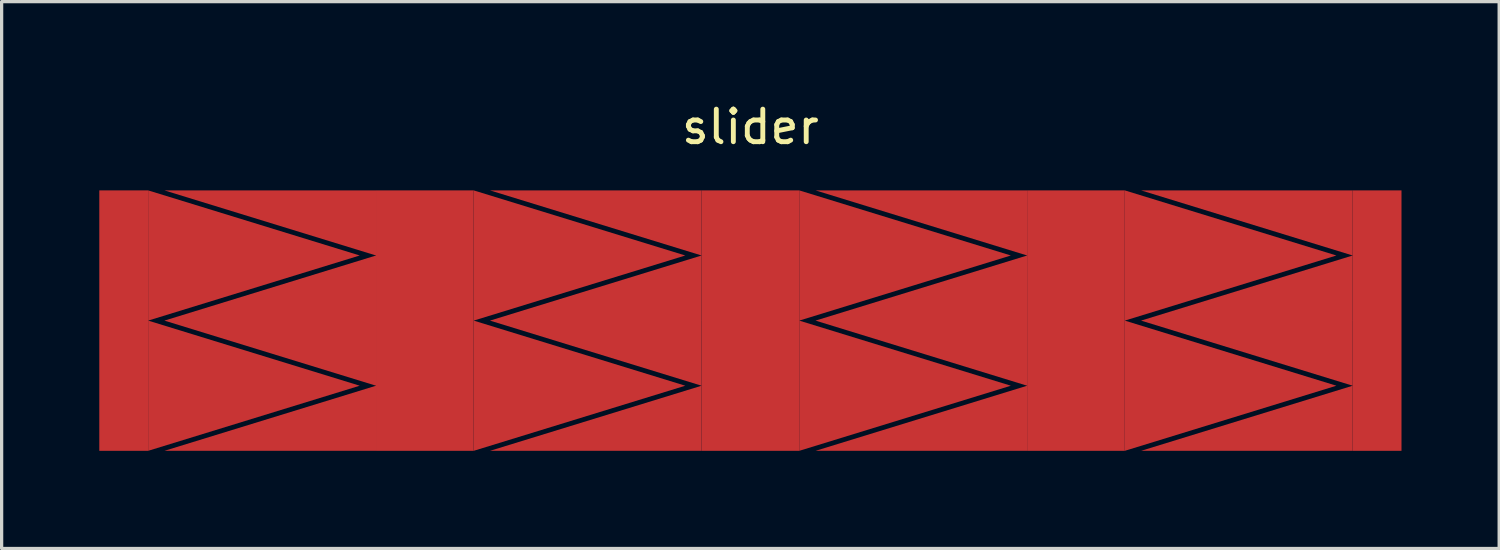
<source format=kicad_pcb>
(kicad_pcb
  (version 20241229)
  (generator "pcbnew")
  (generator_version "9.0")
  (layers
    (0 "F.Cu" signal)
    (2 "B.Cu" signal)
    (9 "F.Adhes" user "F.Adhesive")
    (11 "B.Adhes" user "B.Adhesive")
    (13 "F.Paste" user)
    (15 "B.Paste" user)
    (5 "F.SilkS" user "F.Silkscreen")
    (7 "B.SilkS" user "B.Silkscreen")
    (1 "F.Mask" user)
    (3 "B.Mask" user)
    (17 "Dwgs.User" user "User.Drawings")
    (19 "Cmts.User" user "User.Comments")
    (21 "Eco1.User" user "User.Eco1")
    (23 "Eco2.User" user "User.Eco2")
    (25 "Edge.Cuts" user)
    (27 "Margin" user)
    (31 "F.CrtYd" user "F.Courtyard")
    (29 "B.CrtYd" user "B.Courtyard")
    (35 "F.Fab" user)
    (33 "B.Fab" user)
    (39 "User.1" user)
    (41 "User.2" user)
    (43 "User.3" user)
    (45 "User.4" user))
  (footprint "slider"
    (layer "F.Cu")
    (at 20 6.798)
    (property "Reference" "slider" (at 0 -5.95 0) (layer "F.SilkS") (effects (font (size 1 1) (thickness 0.15))))
    (attr smd)
    (pad "1" smd rect (at -19.25 0) (size 1.5 8) (layers "F.Cu"))
    (pad "1" smd custom (at -18.5 0) (size 0.01 0.01) (layers "F.Cu") (options (anchor rect)) (primitives (gr_poly (pts (xy 0 -4) (xy 0 0) (xy 6.5 -2)) (width 0) (fill yes)) (gr_poly (pts (xy 0 0) (xy 0 4) (xy 6.5 2)) (width 0) (fill yes))))
    (pad "2" smd custom (at -11.5 0) (size 0.01 0.01) (layers "F.Cu") (options (anchor rect)) (primitives (gr_poly (pts (xy 0 -2) (xy 0 2) (xy -6.5 0)) (width 0) (fill yes)) (gr_poly (pts (xy -6.5 -4) (xy 0 -4) (xy 0 -2)) (width 0) (fill yes)) (gr_poly (pts (xy -6.5 4) (xy 0 2) (xy 0 4)) (width 0) (fill yes))))
    (pad "2" smd rect (at -10 0) (size 3 8) (layers "F.Cu"))
    (pad "2" smd custom (at -8.5 0) (size 0.01 0.01) (layers "F.Cu") (options (anchor rect)) (primitives (gr_poly (pts (xy 0 -4) (xy 0 0) (xy 6.5 -2)) (width 0) (fill yes)) (gr_poly (pts (xy 0 0) (xy 0 4) (xy 6.5 2)) (width 0) (fill yes))))
    (pad "3" smd custom (at -1.5 0) (size 0.01 0.01) (layers "F.Cu") (options (anchor rect)) (primitives (gr_poly (pts (xy 0 -2) (xy 0 2) (xy -6.5 0)) (width 0) (fill yes)) (gr_poly (pts (xy -6.5 -4) (xy 0 -4) (xy 0 -2)) (width 0) (fill yes)) (gr_poly (pts (xy -6.5 4) (xy 0 2) (xy 0 4)) (width 0) (fill yes))))
    (pad "3" smd rect (at 0 0) (size 3 8) (layers "F.Cu"))
    (pad "3" smd custom (at 1.5 0) (size 0.01 0.01) (layers "F.Cu") (options (anchor rect)) (primitives (gr_poly (pts (xy 0 -4) (xy 0 0) (xy 6.5 -2)) (width 0) (fill yes)) (gr_poly (pts (xy 0 0) (xy 0 4) (xy 6.5 2)) (width 0) (fill yes))))
    (pad "4" smd custom (at 8.5 0) (size 0.01 0.01) (layers "F.Cu") (options (anchor rect)) (primitives (gr_poly (pts (xy 0 -2) (xy 0 2) (xy -6.5 0)) (width 0) (fill yes)) (gr_poly (pts (xy -6.5 -4) (xy 0 -4) (xy 0 -2)) (width 0) (fill yes)) (gr_poly (pts (xy -6.5 4) (xy 0 2) (xy 0 4)) (width 0) (fill yes))))
    (pad "4" smd rect (at 10 0) (size 3 8) (layers "F.Cu"))
    (pad "4" smd custom (at 11.5 0) (size 0.01 0.01) (layers "F.Cu") (options (anchor rect)) (primitives (gr_poly (pts (xy 0 -4) (xy 0 0) (xy 6.5 -2)) (width 0) (fill yes)) (gr_poly (pts (xy 0 0) (xy 0 4) (xy 6.5 2)) (width 0) (fill yes))))
    (pad "5" smd custom (at 18.5 0) (size 0.01 0.01) (layers "F.Cu") (options (anchor rect)) (primitives (gr_poly (pts (xy 0 -2) (xy 0 2) (xy -6.5 0)) (width 0) (fill yes)) (gr_poly (pts (xy -6.5 -4) (xy 0 -4) (xy 0 -2)) (width 0) (fill yes)) (gr_poly (pts (xy -6.5 4) (xy 0 2) (xy 0 4)) (width 0) (fill yes))))
    (pad "5" smd rect (at 19.25 0) (size 1.5 8) (layers "F.Cu")))
  (gr_rect
    (start -3 -3)
    (end 43 13.798)
    (stroke (width 0.1) (type default))
    (fill no)
    (layer "Edge.Cuts")))
</source>
